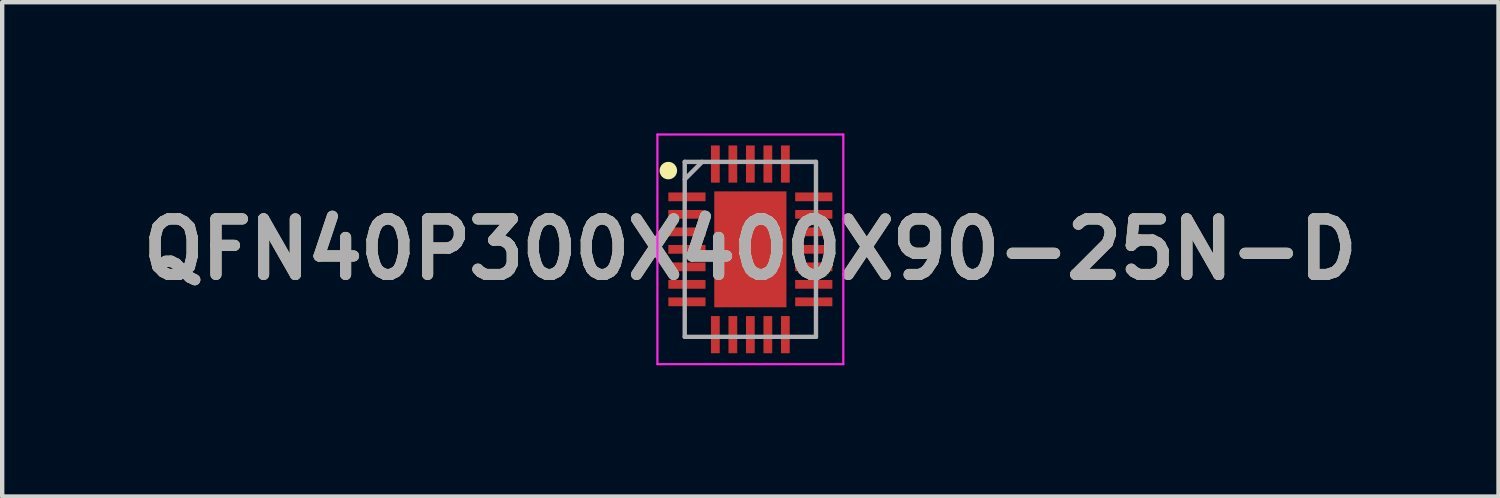
<source format=kicad_pcb>
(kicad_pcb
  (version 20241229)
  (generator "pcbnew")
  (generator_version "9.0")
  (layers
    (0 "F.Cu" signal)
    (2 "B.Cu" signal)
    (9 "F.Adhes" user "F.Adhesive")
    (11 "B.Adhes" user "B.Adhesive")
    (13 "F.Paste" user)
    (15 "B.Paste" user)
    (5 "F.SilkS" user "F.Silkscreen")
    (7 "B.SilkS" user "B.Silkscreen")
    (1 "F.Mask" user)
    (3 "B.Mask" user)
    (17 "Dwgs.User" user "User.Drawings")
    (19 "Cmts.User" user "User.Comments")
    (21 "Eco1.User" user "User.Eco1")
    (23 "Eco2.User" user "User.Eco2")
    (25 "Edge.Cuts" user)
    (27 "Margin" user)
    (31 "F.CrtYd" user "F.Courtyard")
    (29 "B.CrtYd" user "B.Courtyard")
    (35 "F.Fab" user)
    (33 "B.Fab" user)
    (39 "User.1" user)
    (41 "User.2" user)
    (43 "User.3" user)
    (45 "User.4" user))
  (footprint "QFN40P300X400X90-25N-D"
    (layer "F.Cu")
    (at 14.103 2.65)
    (property "Reference" "QFN40P300X400X90-25N-D" (at 0 0 0) (layer "F.SilkS") (effects (font (size 1.27 1.27) (thickness 0.254))))
    (attr smd)
    (fp_circle (center -1.875 -1.8) (end -1.875 -1.7) (stroke (width 0.2) (type solid)) (fill no) (layer "F.SilkS"))
    (fp_line (start -2.125 -2.625) (end 2.125 -2.625) (stroke (width 0.05) (type solid)) (layer "F.CrtYd"))
    (fp_line (start -2.125 2.625) (end -2.125 -2.625) (stroke (width 0.05) (type solid)) (layer "F.CrtYd"))
    (fp_line (start 2.125 -2.625) (end 2.125 2.625) (stroke (width 0.05) (type solid)) (layer "F.CrtYd"))
    (fp_line (start 2.125 2.625) (end -2.125 2.625) (stroke (width 0.05) (type solid)) (layer "F.CrtYd"))
    (fp_line (start -1.5 -2) (end 1.5 -2) (stroke (width 0.1) (type solid)) (layer "F.Fab"))
    (fp_line (start -1.5 -1.6) (end -1.1 -2) (stroke (width 0.1) (type solid)) (layer "F.Fab"))
    (fp_line (start -1.5 2) (end -1.5 -2) (stroke (width 0.1) (type solid)) (layer "F.Fab"))
    (fp_line (start 1.5 -2) (end 1.5 2) (stroke (width 0.1) (type solid)) (layer "F.Fab"))
    (fp_line (start 1.5 2) (end -1.5 2) (stroke (width 0.1) (type solid)) (layer "F.Fab"))
    (fp_text user "${REFERENCE}" (at 0 0 0) (layer "F.Fab") (effects (font (size 1.27 1.27) (thickness 0.254))))
    (pad "1" smd rect (at -1.45 -1.2 90) (size 0.2 0.85) (layers "F.Cu" "F.Mask" "F.Paste"))
    (pad "2" smd rect (at -1.45 -0.8 90) (size 0.2 0.85) (layers "F.Cu" "F.Mask" "F.Paste"))
    (pad "3" smd rect (at -1.45 -0.4 90) (size 0.2 0.85) (layers "F.Cu" "F.Mask" "F.Paste"))
    (pad "4" smd rect (at -1.45 0 90) (size 0.2 0.85) (layers "F.Cu" "F.Mask" "F.Paste"))
    (pad "5" smd rect (at -1.45 0.4 90) (size 0.2 0.85) (layers "F.Cu" "F.Mask" "F.Paste"))
    (pad "6" smd rect (at -1.45 0.8 90) (size 0.2 0.85) (layers "F.Cu" "F.Mask" "F.Paste"))
    (pad "7" smd rect (at -1.45 1.2 90) (size 0.2 0.85) (layers "F.Cu" "F.Mask" "F.Paste"))
    (pad "8" smd rect (at -0.8 1.95) (size 0.2 0.85) (layers "F.Cu" "F.Mask" "F.Paste"))
    (pad "9" smd rect (at -0.4 1.95) (size 0.2 0.85) (layers "F.Cu" "F.Mask" "F.Paste"))
    (pad "10" smd rect (at 0 1.95) (size 0.2 0.85) (layers "F.Cu" "F.Mask" "F.Paste"))
    (pad "11" smd rect (at 0.4 1.95) (size 0.2 0.85) (layers "F.Cu" "F.Mask" "F.Paste"))
    (pad "12" smd rect (at 0.8 1.95) (size 0.2 0.85) (layers "F.Cu" "F.Mask" "F.Paste"))
    (pad "13" smd rect (at 1.45 1.2 90) (size 0.2 0.85) (layers "F.Cu" "F.Mask" "F.Paste"))
    (pad "14" smd rect (at 1.45 0.8 90) (size 0.2 0.85) (layers "F.Cu" "F.Mask" "F.Paste"))
    (pad "15" smd rect (at 1.45 0.4 90) (size 0.2 0.85) (layers "F.Cu" "F.Mask" "F.Paste"))
    (pad "16" smd rect (at 1.45 0 90) (size 0.2 0.85) (layers "F.Cu" "F.Mask" "F.Paste"))
    (pad "17" smd rect (at 1.45 -0.4 90) (size 0.2 0.85) (layers "F.Cu" "F.Mask" "F.Paste"))
    (pad "18" smd rect (at 1.45 -0.8 90) (size 0.2 0.85) (layers "F.Cu" "F.Mask" "F.Paste"))
    (pad "19" smd rect (at 1.45 -1.2 90) (size 0.2 0.85) (layers "F.Cu" "F.Mask" "F.Paste"))
    (pad "20" smd rect (at 0.8 -1.95) (size 0.2 0.85) (layers "F.Cu" "F.Mask" "F.Paste"))
    (pad "21" smd rect (at 0.4 -1.95) (size 0.2 0.85) (layers "F.Cu" "F.Mask" "F.Paste"))
    (pad "22" smd rect (at 0 -1.95) (size 0.2 0.85) (layers "F.Cu" "F.Mask" "F.Paste"))
    (pad "23" smd rect (at -0.4 -1.95) (size 0.2 0.85) (layers "F.Cu" "F.Mask" "F.Paste"))
    (pad "24" smd rect (at -0.8 -1.95) (size 0.2 0.85) (layers "F.Cu" "F.Mask" "F.Paste"))
    (pad "25" smd rect (at 0 0) (size 1.65 2.65) (layers "F.Cu" "F.Mask" "F.Paste")))
  (gr_rect
    (start -3 -3)
    (end 31.206 8.3)
    (stroke (width 0.1) (type default))
    (fill no)
    (layer "Edge.Cuts")))
</source>
